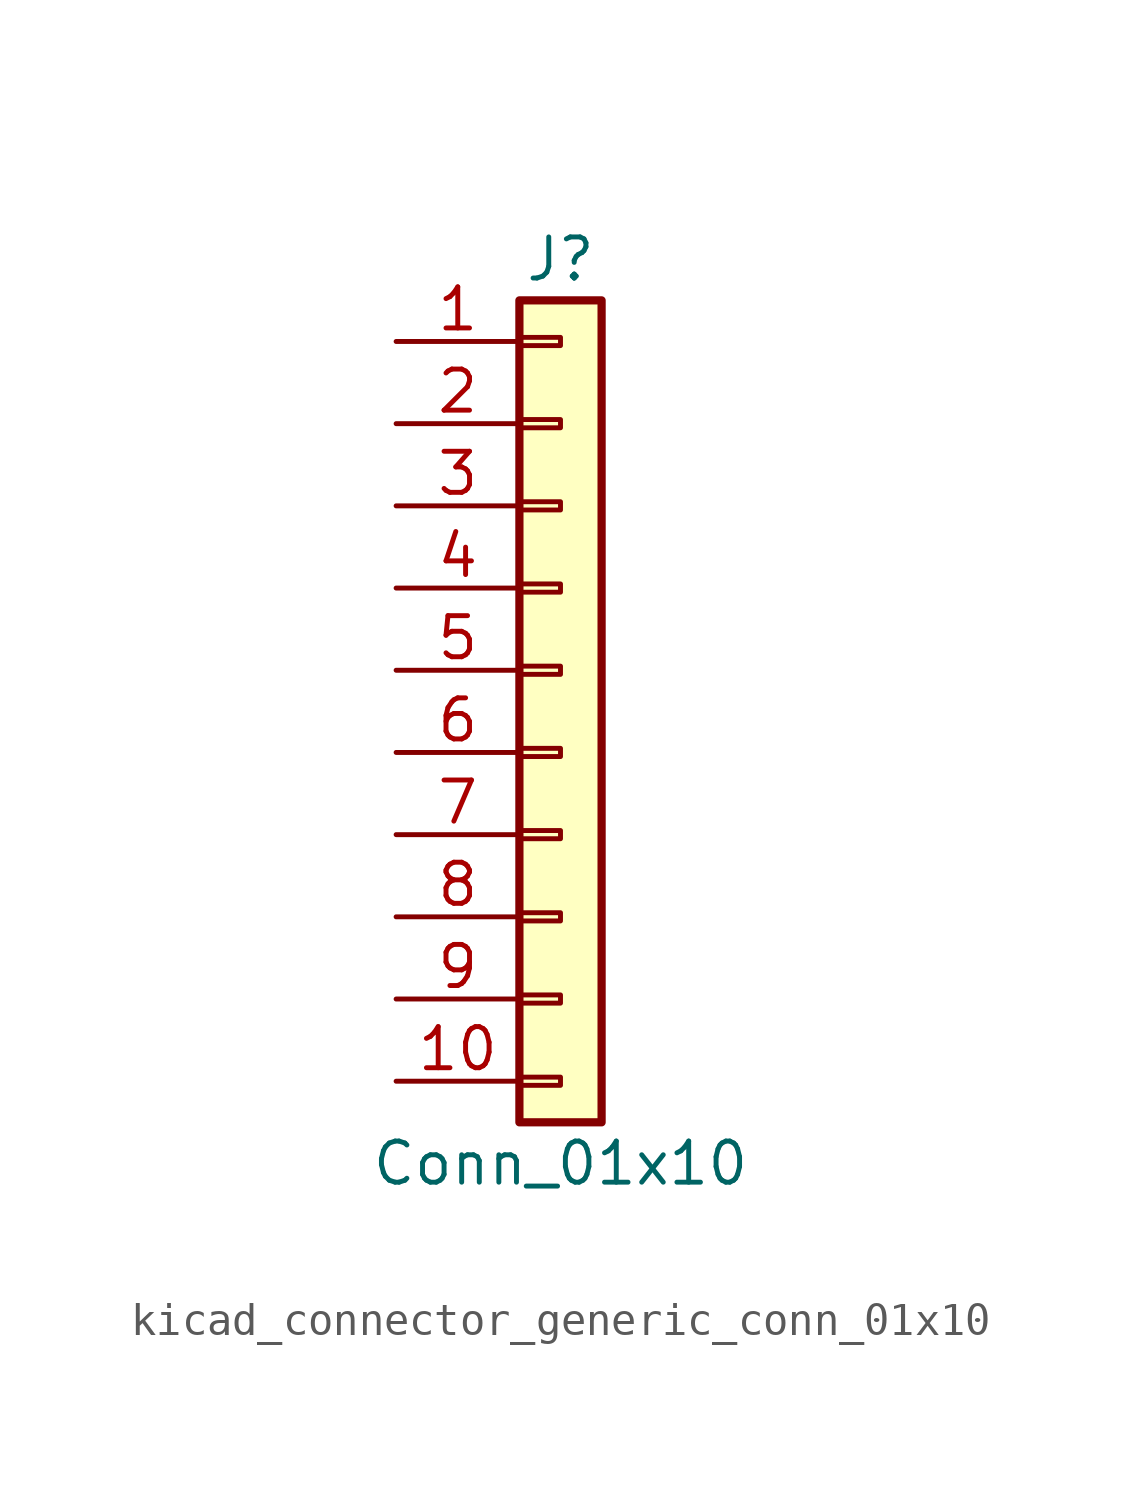
<source format=kicad_sym>
(kicad_symbol_lib
  (version 20220914)
  (generator kicad_symbol_editor)
  (symbol "kicad_connector_generic_conn_01x10"
    (pin_names
      (offset 1.016) hide)
    (property "Reference" "J"
      (at 0 12.7 0)
      (effects (font (size 1.27 1.27))))
    (property "Value" "Conn_01x10"
      (at 0 -15.24 0)
      (effects (font (size 1.27 1.27))))
    (symbol "kicad_connector_generic_conn_01x10_1_1"
      (rectangle (start -1.27 -12.573) (end 0 -12.827) (stroke (width 0.152) (type default)) (fill (type none)))
      (rectangle (start -1.27 -10.033) (end 0 -10.287) (stroke (width 0.152) (type default)) (fill (type none)))
      (rectangle (start -1.27 -7.493) (end 0 -7.747) (stroke (width 0.152) (type default)) (fill (type none)))
      (rectangle (start -1.27 -4.953) (end 0 -5.207) (stroke (width 0.152) (type default)) (fill (type none)))
      (rectangle (start -1.27 -2.413) (end 0 -2.667) (stroke (width 0.152) (type default)) (fill (type none)))
      (rectangle (start -1.27 0.127) (end 0 -0.127) (stroke (width 0.152) (type default)) (fill (type none)))
      (rectangle (start -1.27 2.667) (end 0 2.413) (stroke (width 0.152) (type default)) (fill (type none)))
      (rectangle (start -1.27 5.207) (end 0 4.953) (stroke (width 0.152) (type default)) (fill (type none)))
      (rectangle (start -1.27 7.747) (end 0 7.493) (stroke (width 0.152) (type default)) (fill (type none)))
      (rectangle (start -1.27 10.287) (end 0 10.033) (stroke (width 0.152) (type default)) (fill (type none)))
      (rectangle (start -1.27 11.43) (end 1.27 -13.97) (stroke (width 0.254) (type default)) (fill (type background)))
      (pin passive line (at -5.08 10.16 0) (length 3.81) (name "Pin_1" (effects (font (size 1.27 1.27)))) (number "1" (effects (font (size 1.27 1.27)))))
      (pin passive line (at -5.08 -12.7 0) (length 3.81) (name "Pin_10" (effects (font (size 1.27 1.27)))) (number "10" (effects (font (size 1.27 1.27)))))
      (pin passive line (at -5.08 7.62 0) (length 3.81) (name "Pin_2" (effects (font (size 1.27 1.27)))) (number "2" (effects (font (size 1.27 1.27)))))
      (pin passive line (at -5.08 5.08 0) (length 3.81) (name "Pin_3" (effects (font (size 1.27 1.27)))) (number "3" (effects (font (size 1.27 1.27)))))
      (pin passive line (at -5.08 2.54 0) (length 3.81) (name "Pin_4" (effects (font (size 1.27 1.27)))) (number "4" (effects (font (size 1.27 1.27)))))
      (pin passive line (at -5.08 0 0) (length 3.81) (name "Pin_5" (effects (font (size 1.27 1.27)))) (number "5" (effects (font (size 1.27 1.27)))))
      (pin passive line (at -5.08 -2.54 0) (length 3.81) (name "Pin_6" (effects (font (size 1.27 1.27)))) (number "6" (effects (font (size 1.27 1.27)))))
      (pin passive line (at -5.08 -5.08 0) (length 3.81) (name "Pin_7" (effects (font (size 1.27 1.27)))) (number "7" (effects (font (size 1.27 1.27)))))
      (pin passive line (at -5.08 -7.62 0) (length 3.81) (name "Pin_8" (effects (font (size 1.27 1.27)))) (number "8" (effects (font (size 1.27 1.27)))))
      (pin passive line (at -5.08 -10.16 0) (length 3.81) (name "Pin_9" (effects (font (size 1.27 1.27)))) (number "9" (effects (font (size 1.27 1.27))))))))
</source>
